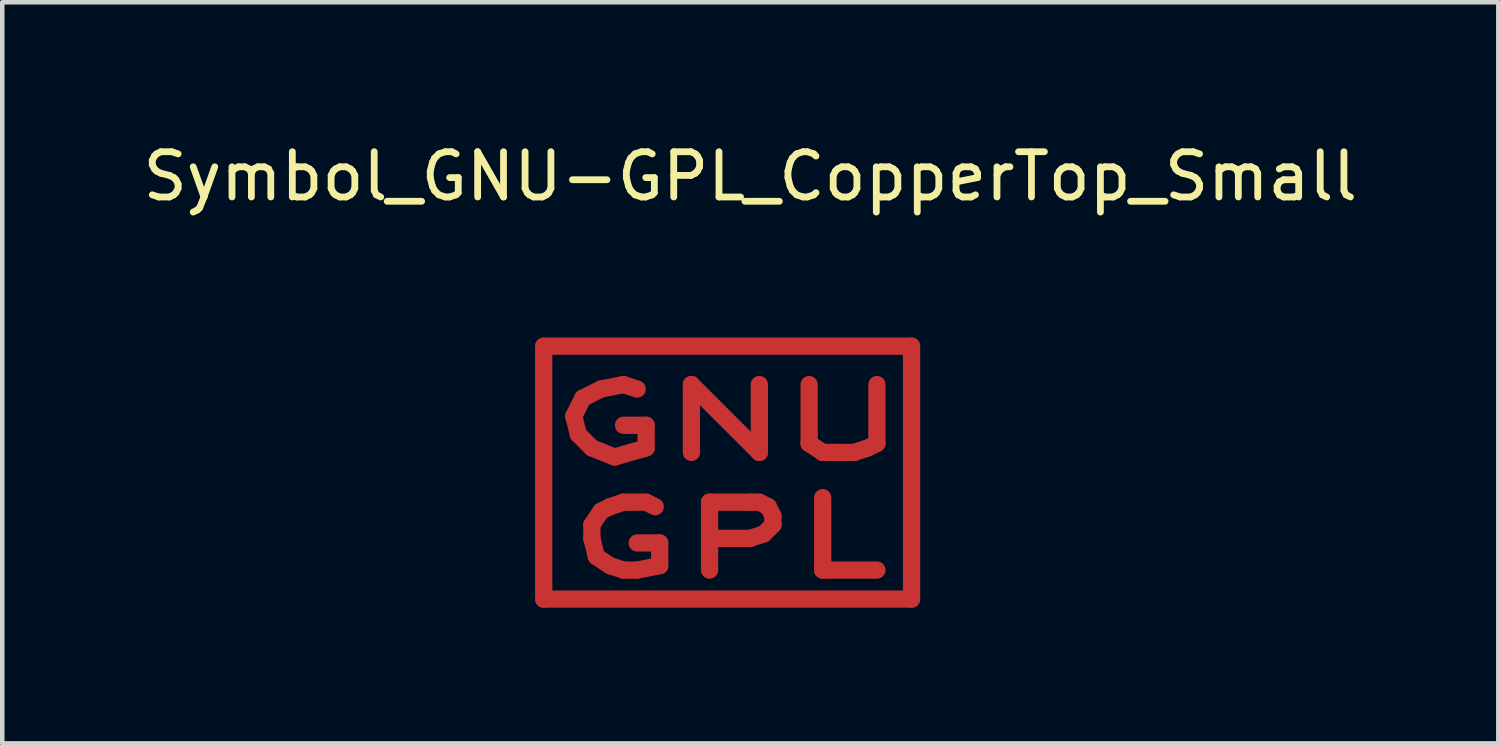
<source format=kicad_pcb>
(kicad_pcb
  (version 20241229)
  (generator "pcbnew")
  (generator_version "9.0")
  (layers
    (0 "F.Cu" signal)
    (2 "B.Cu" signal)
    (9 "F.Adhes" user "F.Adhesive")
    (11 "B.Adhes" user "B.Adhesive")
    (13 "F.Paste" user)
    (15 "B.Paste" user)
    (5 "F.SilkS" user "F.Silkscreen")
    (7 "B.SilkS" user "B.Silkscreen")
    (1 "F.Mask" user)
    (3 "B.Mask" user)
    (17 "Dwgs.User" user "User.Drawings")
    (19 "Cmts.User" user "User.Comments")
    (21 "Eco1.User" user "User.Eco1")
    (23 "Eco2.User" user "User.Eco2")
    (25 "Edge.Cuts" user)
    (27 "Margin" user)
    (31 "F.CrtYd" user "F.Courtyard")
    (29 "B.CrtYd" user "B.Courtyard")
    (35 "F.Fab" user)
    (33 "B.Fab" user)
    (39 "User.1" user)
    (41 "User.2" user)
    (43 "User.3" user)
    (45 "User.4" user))
  (footprint "Symbol_GNU-GPL_CopperTop_Small"
    (layer "F.Cu")
    (at 13.029 7.648)
    (property "Reference" "Symbol_GNU-GPL_CopperTop_Small" (at 0.5 -6.8 0) (layer "F.SilkS") (effects (font (size 1 1) (thickness 0.15))))
    (attr through_hole)
    (fp_line (start -4.064 -3.048) (end 4.064 -3.048) (stroke (width 0.381) (type solid)) (layer "F.Cu"))
    (fp_line (start -4.064 2.54) (end -4.064 -3.048) (stroke (width 0.381) (type solid)) (layer "F.Cu"))
    (fp_line (start -3.401 -1.501) (end -3.299 -1.1) (stroke (width 0.381) (type solid)) (layer "F.Cu"))
    (fp_line (start -3.299 -1.1) (end -3 -0.8) (stroke (width 0.381) (type solid)) (layer "F.Cu"))
    (fp_line (start -3.2 -1.9) (end -3.401 -1.501) (stroke (width 0.381) (type solid)) (layer "F.Cu"))
    (fp_line (start -3 -0.8) (end -2.499 -0.599) (stroke (width 0.381) (type solid)) (layer "F.Cu"))
    (fp_line (start -3 0.899) (end -3 1.199) (stroke (width 0.381) (type solid)) (layer "F.Cu"))
    (fp_line (start -3 1.199) (end -2.901 1.6) (stroke (width 0.381) (type solid)) (layer "F.Cu"))
    (fp_line (start -2.901 1.6) (end -2.601 1.801) (stroke (width 0.381) (type solid)) (layer "F.Cu"))
    (fp_line (start -2.799 -2.101) (end -3.2 -1.9) (stroke (width 0.381) (type solid)) (layer "F.Cu"))
    (fp_line (start -2.799 0.599) (end -3 0.899) (stroke (width 0.381) (type solid)) (layer "F.Cu"))
    (fp_line (start -2.601 0.5) (end -2.799 0.599) (stroke (width 0.381) (type solid)) (layer "F.Cu"))
    (fp_line (start -2.601 1.801) (end -2.301 1.9) (stroke (width 0.381) (type solid)) (layer "F.Cu"))
    (fp_line (start -2.499 -0.599) (end -1.801 -0.8) (stroke (width 0.381) (type solid)) (layer "F.Cu"))
    (fp_line (start -2.301 -2.2) (end -2.799 -2.101) (stroke (width 0.381) (type solid)) (layer "F.Cu"))
    (fp_line (start -2.301 0.399) (end -2.601 0.5) (stroke (width 0.381) (type solid)) (layer "F.Cu"))
    (fp_line (start -2.301 1.9) (end -1.999 1.9) (stroke (width 0.381) (type solid)) (layer "F.Cu"))
    (fp_line (start -1.999 -2.101) (end -2.301 -2.2) (stroke (width 0.381) (type solid)) (layer "F.Cu"))
    (fp_line (start -1.999 1.9) (end -1.501 1.801) (stroke (width 0.381) (type solid)) (layer "F.Cu"))
    (fp_line (start -1.801 -1.3) (end -2.301 -1.3) (stroke (width 0.381) (type solid)) (layer "F.Cu"))
    (fp_line (start -1.801 -0.8) (end -1.801 -1.3) (stroke (width 0.381) (type solid)) (layer "F.Cu"))
    (fp_line (start -1.801 0.399) (end -2.301 0.399) (stroke (width 0.381) (type solid)) (layer "F.Cu"))
    (fp_line (start -1.6 0.5) (end -1.801 0.399) (stroke (width 0.381) (type solid)) (layer "F.Cu"))
    (fp_line (start -1.501 1.3) (end -1.999 1.3) (stroke (width 0.381) (type solid)) (layer "F.Cu"))
    (fp_line (start -1.501 1.801) (end -1.501 1.3) (stroke (width 0.381) (type solid)) (layer "F.Cu"))
    (fp_line (start -0.8 -2.2) (end 0.701 -0.701) (stroke (width 0.381) (type solid)) (layer "F.Cu"))
    (fp_line (start -0.8 -0.701) (end -0.8 -2.2) (stroke (width 0.381) (type solid)) (layer "F.Cu"))
    (fp_line (start -0.399 0.399) (end 0.5 0.399) (stroke (width 0.381) (type solid)) (layer "F.Cu"))
    (fp_line (start -0.399 1.9) (end -0.399 0.399) (stroke (width 0.381) (type solid)) (layer "F.Cu"))
    (fp_line (start 0.5 0.399) (end 0.701 0.399) (stroke (width 0.381) (type solid)) (layer "F.Cu"))
    (fp_line (start 0.5 1.199) (end -0.399 1.199) (stroke (width 0.381) (type solid)) (layer "F.Cu"))
    (fp_line (start 0.701 -0.701) (end 0.701 -2.2) (stroke (width 0.381) (type solid)) (layer "F.Cu"))
    (fp_line (start 0.701 0.399) (end 0.899 0.5) (stroke (width 0.381) (type solid)) (layer "F.Cu"))
    (fp_line (start 0.8 1.1) (end 0.5 1.199) (stroke (width 0.381) (type solid)) (layer "F.Cu"))
    (fp_line (start 0.899 0.5) (end 1.001 0.701) (stroke (width 0.381) (type solid)) (layer "F.Cu"))
    (fp_line (start 1.001 0.701) (end 1.001 0.899) (stroke (width 0.381) (type solid)) (layer "F.Cu"))
    (fp_line (start 1.001 0.899) (end 0.8 1.1) (stroke (width 0.381) (type solid)) (layer "F.Cu"))
    (fp_line (start 1.801 -2.2) (end 1.801 -0.899) (stroke (width 0.381) (type solid)) (layer "F.Cu"))
    (fp_line (start 1.801 -0.899) (end 2.101 -0.701) (stroke (width 0.381) (type solid)) (layer "F.Cu"))
    (fp_line (start 2.101 -0.701) (end 2.4 -0.701) (stroke (width 0.381) (type solid)) (layer "F.Cu"))
    (fp_line (start 2.101 0.3) (end 2.101 1.9) (stroke (width 0.381) (type solid)) (layer "F.Cu"))
    (fp_line (start 2.101 1.9) (end 3.299 1.9) (stroke (width 0.381) (type solid)) (layer "F.Cu"))
    (fp_line (start 2.4 -0.701) (end 2.799 -0.701) (stroke (width 0.381) (type solid)) (layer "F.Cu"))
    (fp_line (start 2.799 -0.701) (end 3.099 -0.8) (stroke (width 0.381) (type solid)) (layer "F.Cu"))
    (fp_line (start 3.099 -0.8) (end 3.299 -0.899) (stroke (width 0.381) (type solid)) (layer "F.Cu"))
    (fp_line (start 3.299 -0.899) (end 3.299 -2.2) (stroke (width 0.381) (type solid)) (layer "F.Cu"))
    (fp_line (start 4.064 -3.048) (end 4.064 2.54) (stroke (width 0.381) (type solid)) (layer "F.Cu"))
    (fp_line (start 4.064 2.54) (end -4.064 2.54) (stroke (width 0.381) (type solid)) (layer "F.Cu")))
  (gr_rect
    (start -3 -3)
    (end 30.06 13.378)
    (stroke (width 0.1) (type default))
    (fill no)
    (layer "Edge.Cuts")))
</source>
